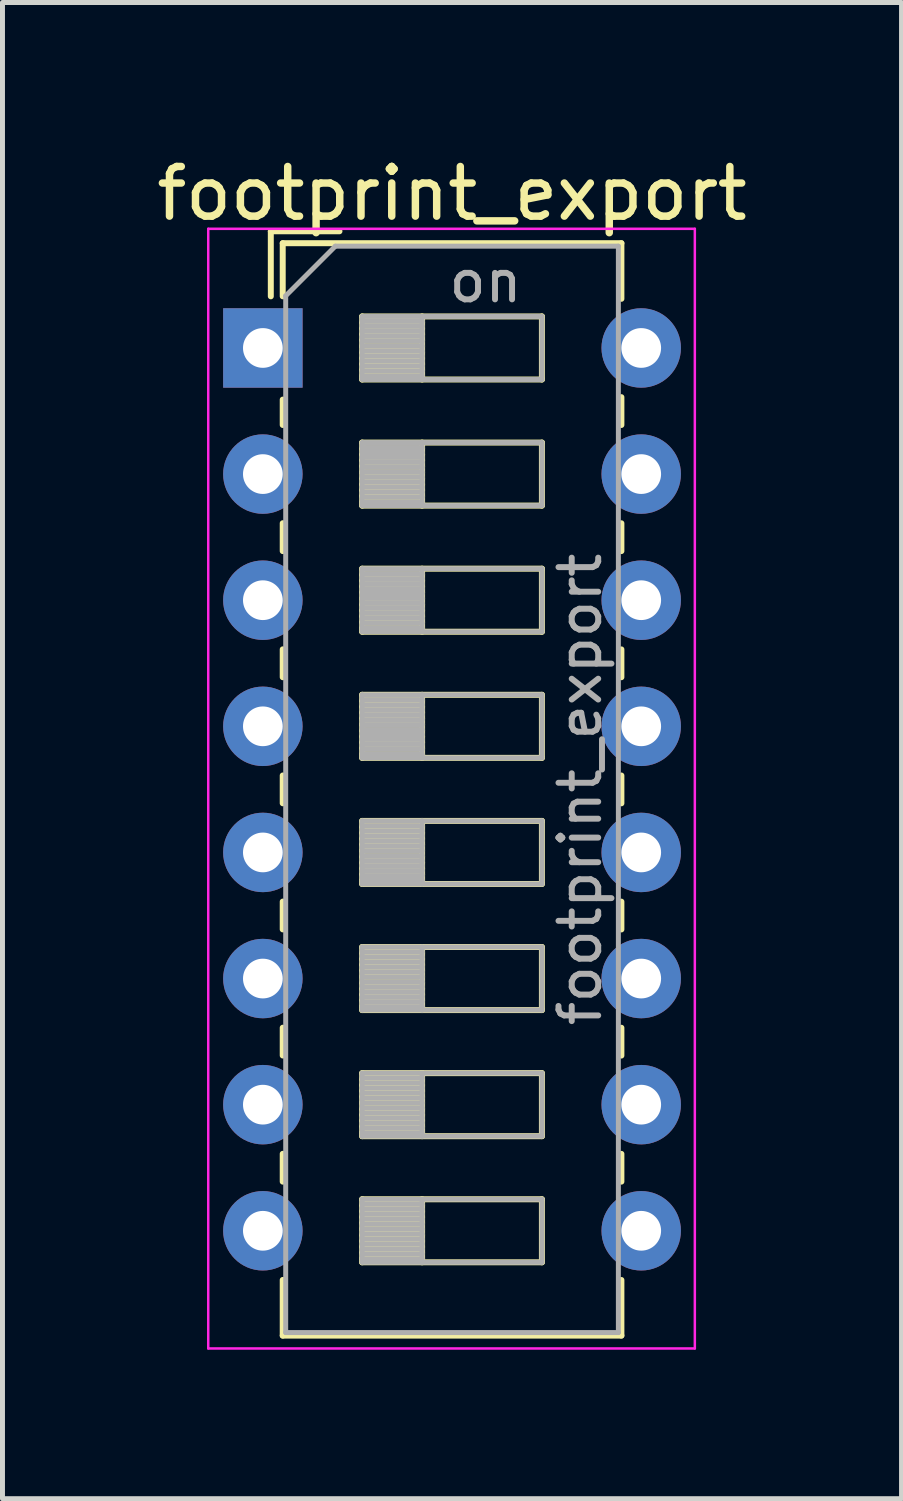
<source format=kicad_pcb>
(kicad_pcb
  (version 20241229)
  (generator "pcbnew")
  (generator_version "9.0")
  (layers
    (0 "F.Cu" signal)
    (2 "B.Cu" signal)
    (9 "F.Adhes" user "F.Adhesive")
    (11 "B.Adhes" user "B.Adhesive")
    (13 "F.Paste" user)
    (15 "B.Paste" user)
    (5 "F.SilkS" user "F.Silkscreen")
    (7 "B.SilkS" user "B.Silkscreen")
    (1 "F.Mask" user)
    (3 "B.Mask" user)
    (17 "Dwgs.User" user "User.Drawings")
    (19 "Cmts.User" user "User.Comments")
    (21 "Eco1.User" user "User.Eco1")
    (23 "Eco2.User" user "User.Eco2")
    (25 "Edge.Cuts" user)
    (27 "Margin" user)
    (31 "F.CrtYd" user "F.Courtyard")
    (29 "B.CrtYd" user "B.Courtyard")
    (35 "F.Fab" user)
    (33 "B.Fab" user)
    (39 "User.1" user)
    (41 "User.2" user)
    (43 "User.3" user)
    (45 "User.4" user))
  (footprint "footprint_export"
    (layer "F.Cu")
    (at 2.244 3.958)
    (property "Reference" "footprint_export" (at 3.81 -3.11 0) (layer "F.SilkS") (effects (font (size 1 1) (thickness 0.15))))
    (attr through_hole)
    (fp_line (start 0.16 -2.35) (end 0.16 -1.04) (stroke (width 0.12) (type solid)) (layer "F.SilkS"))
    (fp_line (start 0.16 -2.35) (end 1.543 -2.35) (stroke (width 0.12) (type solid)) (layer "F.SilkS"))
    (fp_line (start 0.4 -2.11) (end 0.4 -1.04) (stroke (width 0.12) (type solid)) (layer "F.SilkS"))
    (fp_line (start 0.4 -2.11) (end 7.221 -2.11) (stroke (width 0.12) (type solid)) (layer "F.SilkS"))
    (fp_line (start 0.4 1.04) (end 0.4 1.551) (stroke (width 0.12) (type solid)) (layer "F.SilkS"))
    (fp_line (start 0.4 3.53) (end 0.4 4.091) (stroke (width 0.12) (type solid)) (layer "F.SilkS"))
    (fp_line (start 0.4 6.07) (end 0.4 6.631) (stroke (width 0.12) (type solid)) (layer "F.SilkS"))
    (fp_line (start 0.4 8.61) (end 0.4 9.17) (stroke (width 0.12) (type solid)) (layer "F.SilkS"))
    (fp_line (start 0.4 11.15) (end 0.4 11.71) (stroke (width 0.12) (type solid)) (layer "F.SilkS"))
    (fp_line (start 0.4 13.69) (end 0.4 14.25) (stroke (width 0.12) (type solid)) (layer "F.SilkS"))
    (fp_line (start 0.4 16.23) (end 0.4 16.79) (stroke (width 0.12) (type solid)) (layer "F.SilkS"))
    (fp_line (start 0.4 18.77) (end 0.4 19.891) (stroke (width 0.12) (type solid)) (layer "F.SilkS"))
    (fp_line (start 0.4 19.891) (end 7.221 19.891) (stroke (width 0.12) (type solid)) (layer "F.SilkS"))
    (fp_line (start 2 -0.635) (end 2 0.635) (stroke (width 0.12) (type solid)) (layer "F.SilkS"))
    (fp_line (start 2 -0.515) (end 3.207 -0.515) (stroke (width 0.12) (type solid)) (layer "F.SilkS"))
    (fp_line (start 2 -0.395) (end 3.207 -0.395) (stroke (width 0.12) (type solid)) (layer "F.SilkS"))
    (fp_line (start 2 -0.275) (end 3.207 -0.275) (stroke (width 0.12) (type solid)) (layer "F.SilkS"))
    (fp_line (start 2 -0.155) (end 3.207 -0.155) (stroke (width 0.12) (type solid)) (layer "F.SilkS"))
    (fp_line (start 2 -0.035) (end 3.207 -0.035) (stroke (width 0.12) (type solid)) (layer "F.SilkS"))
    (fp_line (start 2 0.085) (end 3.207 0.085) (stroke (width 0.12) (type solid)) (layer "F.SilkS"))
    (fp_line (start 2 0.205) (end 3.207 0.205) (stroke (width 0.12) (type solid)) (layer "F.SilkS"))
    (fp_line (start 2 0.325) (end 3.207 0.325) (stroke (width 0.12) (type solid)) (layer "F.SilkS"))
    (fp_line (start 2 0.445) (end 3.207 0.445) (stroke (width 0.12) (type solid)) (layer "F.SilkS"))
    (fp_line (start 2 0.565) (end 3.207 0.565) (stroke (width 0.12) (type solid)) (layer "F.SilkS"))
    (fp_line (start 2 0.635) (end 5.62 0.635) (stroke (width 0.12) (type solid)) (layer "F.SilkS"))
    (fp_line (start 2 1.905) (end 2 3.175) (stroke (width 0.12) (type solid)) (layer "F.SilkS"))
    (fp_line (start 2 2.025) (end 3.207 2.025) (stroke (width 0.12) (type solid)) (layer "F.SilkS"))
    (fp_line (start 2 2.145) (end 3.207 2.145) (stroke (width 0.12) (type solid)) (layer "F.SilkS"))
    (fp_line (start 2 2.265) (end 3.207 2.265) (stroke (width 0.12) (type solid)) (layer "F.SilkS"))
    (fp_line (start 2 2.385) (end 3.207 2.385) (stroke (width 0.12) (type solid)) (layer "F.SilkS"))
    (fp_line (start 2 2.505) (end 3.207 2.505) (stroke (width 0.12) (type solid)) (layer "F.SilkS"))
    (fp_line (start 2 2.625) (end 3.207 2.625) (stroke (width 0.12) (type solid)) (layer "F.SilkS"))
    (fp_line (start 2 2.745) (end 3.207 2.745) (stroke (width 0.12) (type solid)) (layer "F.SilkS"))
    (fp_line (start 2 2.865) (end 3.207 2.865) (stroke (width 0.12) (type solid)) (layer "F.SilkS"))
    (fp_line (start 2 2.985) (end 3.207 2.985) (stroke (width 0.12) (type solid)) (layer "F.SilkS"))
    (fp_line (start 2 3.105) (end 3.207 3.105) (stroke (width 0.12) (type solid)) (layer "F.SilkS"))
    (fp_line (start 2 3.175) (end 5.62 3.175) (stroke (width 0.12) (type solid)) (layer "F.SilkS"))
    (fp_line (start 2 4.445) (end 2 5.715) (stroke (width 0.12) (type solid)) (layer "F.SilkS"))
    (fp_line (start 2 4.565) (end 3.207 4.565) (stroke (width 0.12) (type solid)) (layer "F.SilkS"))
    (fp_line (start 2 4.685) (end 3.207 4.685) (stroke (width 0.12) (type solid)) (layer "F.SilkS"))
    (fp_line (start 2 4.805) (end 3.207 4.805) (stroke (width 0.12) (type solid)) (layer "F.SilkS"))
    (fp_line (start 2 4.925) (end 3.207 4.925) (stroke (width 0.12) (type solid)) (layer "F.SilkS"))
    (fp_line (start 2 5.045) (end 3.207 5.045) (stroke (width 0.12) (type solid)) (layer "F.SilkS"))
    (fp_line (start 2 5.165) (end 3.207 5.165) (stroke (width 0.12) (type solid)) (layer "F.SilkS"))
    (fp_line (start 2 5.285) (end 3.207 5.285) (stroke (width 0.12) (type solid)) (layer "F.SilkS"))
    (fp_line (start 2 5.405) (end 3.207 5.405) (stroke (width 0.12) (type solid)) (layer "F.SilkS"))
    (fp_line (start 2 5.525) (end 3.207 5.525) (stroke (width 0.12) (type solid)) (layer "F.SilkS"))
    (fp_line (start 2 5.645) (end 3.207 5.645) (stroke (width 0.12) (type solid)) (layer "F.SilkS"))
    (fp_line (start 2 5.715) (end 5.62 5.715) (stroke (width 0.12) (type solid)) (layer "F.SilkS"))
    (fp_line (start 2 6.985) (end 2 8.255) (stroke (width 0.12) (type solid)) (layer "F.SilkS"))
    (fp_line (start 2 7.105) (end 3.207 7.105) (stroke (width 0.12) (type solid)) (layer "F.SilkS"))
    (fp_line (start 2 7.225) (end 3.207 7.225) (stroke (width 0.12) (type solid)) (layer "F.SilkS"))
    (fp_line (start 2 7.345) (end 3.207 7.345) (stroke (width 0.12) (type solid)) (layer "F.SilkS"))
    (fp_line (start 2 7.465) (end 3.207 7.465) (stroke (width 0.12) (type solid)) (layer "F.SilkS"))
    (fp_line (start 2 7.585) (end 3.207 7.585) (stroke (width 0.12) (type solid)) (layer "F.SilkS"))
    (fp_line (start 2 7.705) (end 3.207 7.705) (stroke (width 0.12) (type solid)) (layer "F.SilkS"))
    (fp_line (start 2 7.825) (end 3.207 7.825) (stroke (width 0.12) (type solid)) (layer "F.SilkS"))
    (fp_line (start 2 7.945) (end 3.207 7.945) (stroke (width 0.12) (type solid)) (layer "F.SilkS"))
    (fp_line (start 2 8.065) (end 3.207 8.065) (stroke (width 0.12) (type solid)) (layer "F.SilkS"))
    (fp_line (start 2 8.185) (end 3.207 8.185) (stroke (width 0.12) (type solid)) (layer "F.SilkS"))
    (fp_line (start 2 8.255) (end 5.62 8.255) (stroke (width 0.12) (type solid)) (layer "F.SilkS"))
    (fp_line (start 2 9.525) (end 2 10.795) (stroke (width 0.12) (type solid)) (layer "F.SilkS"))
    (fp_line (start 2 9.645) (end 3.207 9.645) (stroke (width 0.12) (type solid)) (layer "F.SilkS"))
    (fp_line (start 2 9.765) (end 3.207 9.765) (stroke (width 0.12) (type solid)) (layer "F.SilkS"))
    (fp_line (start 2 9.885) (end 3.207 9.885) (stroke (width 0.12) (type solid)) (layer "F.SilkS"))
    (fp_line (start 2 10.005) (end 3.207 10.005) (stroke (width 0.12) (type solid)) (layer "F.SilkS"))
    (fp_line (start 2 10.125) (end 3.207 10.125) (stroke (width 0.12) (type solid)) (layer "F.SilkS"))
    (fp_line (start 2 10.245) (end 3.207 10.245) (stroke (width 0.12) (type solid)) (layer "F.SilkS"))
    (fp_line (start 2 10.365) (end 3.207 10.365) (stroke (width 0.12) (type solid)) (layer "F.SilkS"))
    (fp_line (start 2 10.485) (end 3.207 10.485) (stroke (width 0.12) (type solid)) (layer "F.SilkS"))
    (fp_line (start 2 10.605) (end 3.207 10.605) (stroke (width 0.12) (type solid)) (layer "F.SilkS"))
    (fp_line (start 2 10.725) (end 3.207 10.725) (stroke (width 0.12) (type solid)) (layer "F.SilkS"))
    (fp_line (start 2 10.795) (end 5.62 10.795) (stroke (width 0.12) (type solid)) (layer "F.SilkS"))
    (fp_line (start 2 12.065) (end 2 13.335) (stroke (width 0.12) (type solid)) (layer "F.SilkS"))
    (fp_line (start 2 12.185) (end 3.207 12.185) (stroke (width 0.12) (type solid)) (layer "F.SilkS"))
    (fp_line (start 2 12.305) (end 3.207 12.305) (stroke (width 0.12) (type solid)) (layer "F.SilkS"))
    (fp_line (start 2 12.425) (end 3.207 12.425) (stroke (width 0.12) (type solid)) (layer "F.SilkS"))
    (fp_line (start 2 12.545) (end 3.207 12.545) (stroke (width 0.12) (type solid)) (layer "F.SilkS"))
    (fp_line (start 2 12.665) (end 3.207 12.665) (stroke (width 0.12) (type solid)) (layer "F.SilkS"))
    (fp_line (start 2 12.785) (end 3.207 12.785) (stroke (width 0.12) (type solid)) (layer "F.SilkS"))
    (fp_line (start 2 12.905) (end 3.207 12.905) (stroke (width 0.12) (type solid)) (layer "F.SilkS"))
    (fp_line (start 2 13.025) (end 3.207 13.025) (stroke (width 0.12) (type solid)) (layer "F.SilkS"))
    (fp_line (start 2 13.145) (end 3.207 13.145) (stroke (width 0.12) (type solid)) (layer "F.SilkS"))
    (fp_line (start 2 13.265) (end 3.207 13.265) (stroke (width 0.12) (type solid)) (layer "F.SilkS"))
    (fp_line (start 2 13.335) (end 5.62 13.335) (stroke (width 0.12) (type solid)) (layer "F.SilkS"))
    (fp_line (start 2 14.605) (end 2 15.875) (stroke (width 0.12) (type solid)) (layer "F.SilkS"))
    (fp_line (start 2 14.725) (end 3.207 14.725) (stroke (width 0.12) (type solid)) (layer "F.SilkS"))
    (fp_line (start 2 14.845) (end 3.207 14.845) (stroke (width 0.12) (type solid)) (layer "F.SilkS"))
    (fp_line (start 2 14.965) (end 3.207 14.965) (stroke (width 0.12) (type solid)) (layer "F.SilkS"))
    (fp_line (start 2 15.085) (end 3.207 15.085) (stroke (width 0.12) (type solid)) (layer "F.SilkS"))
    (fp_line (start 2 15.205) (end 3.207 15.205) (stroke (width 0.12) (type solid)) (layer "F.SilkS"))
    (fp_line (start 2 15.325) (end 3.207 15.325) (stroke (width 0.12) (type solid)) (layer "F.SilkS"))
    (fp_line (start 2 15.445) (end 3.207 15.445) (stroke (width 0.12) (type solid)) (layer "F.SilkS"))
    (fp_line (start 2 15.565) (end 3.207 15.565) (stroke (width 0.12) (type solid)) (layer "F.SilkS"))
    (fp_line (start 2 15.685) (end 3.207 15.685) (stroke (width 0.12) (type solid)) (layer "F.SilkS"))
    (fp_line (start 2 15.805) (end 3.207 15.805) (stroke (width 0.12) (type solid)) (layer "F.SilkS"))
    (fp_line (start 2 15.875) (end 5.62 15.875) (stroke (width 0.12) (type solid)) (layer "F.SilkS"))
    (fp_line (start 2 17.145) (end 2 18.415) (stroke (width 0.12) (type solid)) (layer "F.SilkS"))
    (fp_line (start 2 17.265) (end 3.207 17.265) (stroke (width 0.12) (type solid)) (layer "F.SilkS"))
    (fp_line (start 2 17.385) (end 3.207 17.385) (stroke (width 0.12) (type solid)) (layer "F.SilkS"))
    (fp_line (start 2 17.505) (end 3.207 17.505) (stroke (width 0.12) (type solid)) (layer "F.SilkS"))
    (fp_line (start 2 17.625) (end 3.207 17.625) (stroke (width 0.12) (type solid)) (layer "F.SilkS"))
    (fp_line (start 2 17.745) (end 3.207 17.745) (stroke (width 0.12) (type solid)) (layer "F.SilkS"))
    (fp_line (start 2 17.865) (end 3.207 17.865) (stroke (width 0.12) (type solid)) (layer "F.SilkS"))
    (fp_line (start 2 17.985) (end 3.207 17.985) (stroke (width 0.12) (type solid)) (layer "F.SilkS"))
    (fp_line (start 2 18.105) (end 3.207 18.105) (stroke (width 0.12) (type solid)) (layer "F.SilkS"))
    (fp_line (start 2 18.225) (end 3.207 18.225) (stroke (width 0.12) (type solid)) (layer "F.SilkS"))
    (fp_line (start 2 18.345) (end 3.207 18.345) (stroke (width 0.12) (type solid)) (layer "F.SilkS"))
    (fp_line (start 2 18.415) (end 5.62 18.415) (stroke (width 0.12) (type solid)) (layer "F.SilkS"))
    (fp_line (start 3.207 -0.635) (end 3.207 0.635) (stroke (width 0.12) (type solid)) (layer "F.SilkS"))
    (fp_line (start 3.207 1.905) (end 3.207 3.175) (stroke (width 0.12) (type solid)) (layer "F.SilkS"))
    (fp_line (start 3.207 4.445) (end 3.207 5.715) (stroke (width 0.12) (type solid)) (layer "F.SilkS"))
    (fp_line (start 3.207 6.985) (end 3.207 8.255) (stroke (width 0.12) (type solid)) (layer "F.SilkS"))
    (fp_line (start 3.207 9.525) (end 3.207 10.795) (stroke (width 0.12) (type solid)) (layer "F.SilkS"))
    (fp_line (start 3.207 12.065) (end 3.207 13.335) (stroke (width 0.12) (type solid)) (layer "F.SilkS"))
    (fp_line (start 3.207 14.605) (end 3.207 15.875) (stroke (width 0.12) (type solid)) (layer "F.SilkS"))
    (fp_line (start 3.207 17.145) (end 3.207 18.415) (stroke (width 0.12) (type solid)) (layer "F.SilkS"))
    (fp_line (start 5.62 -0.635) (end 2 -0.635) (stroke (width 0.12) (type solid)) (layer "F.SilkS"))
    (fp_line (start 5.62 0.635) (end 5.62 -0.635) (stroke (width 0.12) (type solid)) (layer "F.SilkS"))
    (fp_line (start 5.62 1.905) (end 2 1.905) (stroke (width 0.12) (type solid)) (layer "F.SilkS"))
    (fp_line (start 5.62 3.175) (end 5.62 1.905) (stroke (width 0.12) (type solid)) (layer "F.SilkS"))
    (fp_line (start 5.62 4.445) (end 2 4.445) (stroke (width 0.12) (type solid)) (layer "F.SilkS"))
    (fp_line (start 5.62 5.715) (end 5.62 4.445) (stroke (width 0.12) (type solid)) (layer "F.SilkS"))
    (fp_line (start 5.62 6.985) (end 2 6.985) (stroke (width 0.12) (type solid)) (layer "F.SilkS"))
    (fp_line (start 5.62 8.255) (end 5.62 6.985) (stroke (width 0.12) (type solid)) (layer "F.SilkS"))
    (fp_line (start 5.62 9.525) (end 2 9.525) (stroke (width 0.12) (type solid)) (layer "F.SilkS"))
    (fp_line (start 5.62 10.795) (end 5.62 9.525) (stroke (width 0.12) (type solid)) (layer "F.SilkS"))
    (fp_line (start 5.62 12.065) (end 2 12.065) (stroke (width 0.12) (type solid)) (layer "F.SilkS"))
    (fp_line (start 5.62 13.335) (end 5.62 12.065) (stroke (width 0.12) (type solid)) (layer "F.SilkS"))
    (fp_line (start 5.62 14.605) (end 2 14.605) (stroke (width 0.12) (type solid)) (layer "F.SilkS"))
    (fp_line (start 5.62 15.875) (end 5.62 14.605) (stroke (width 0.12) (type solid)) (layer "F.SilkS"))
    (fp_line (start 5.62 17.145) (end 2 17.145) (stroke (width 0.12) (type solid)) (layer "F.SilkS"))
    (fp_line (start 5.62 18.415) (end 5.62 17.145) (stroke (width 0.12) (type solid)) (layer "F.SilkS"))
    (fp_line (start 7.221 -2.11) (end 7.221 -0.99) (stroke (width 0.12) (type solid)) (layer "F.SilkS"))
    (fp_line (start 7.221 0.991) (end 7.221 1.551) (stroke (width 0.12) (type solid)) (layer "F.SilkS"))
    (fp_line (start 7.221 3.531) (end 7.221 4.091) (stroke (width 0.12) (type solid)) (layer "F.SilkS"))
    (fp_line (start 7.221 6.071) (end 7.221 6.631) (stroke (width 0.12) (type solid)) (layer "F.SilkS"))
    (fp_line (start 7.221 8.611) (end 7.221 9.171) (stroke (width 0.12) (type solid)) (layer "F.SilkS"))
    (fp_line (start 7.221 11.151) (end 7.221 11.711) (stroke (width 0.12) (type solid)) (layer "F.SilkS"))
    (fp_line (start 7.221 13.691) (end 7.221 14.251) (stroke (width 0.12) (type solid)) (layer "F.SilkS"))
    (fp_line (start 7.221 16.231) (end 7.221 16.79) (stroke (width 0.12) (type solid)) (layer "F.SilkS"))
    (fp_line (start 7.221 18.771) (end 7.221 19.891) (stroke (width 0.12) (type solid)) (layer "F.SilkS"))
    (fp_line (start -1.1 -2.4) (end -1.1 20.15) (stroke (width 0.05) (type solid)) (layer "F.CrtYd"))
    (fp_line (start -1.1 20.15) (end 8.7 20.15) (stroke (width 0.05) (type solid)) (layer "F.CrtYd"))
    (fp_line (start 8.7 -2.4) (end -1.1 -2.4) (stroke (width 0.05) (type solid)) (layer "F.CrtYd"))
    (fp_line (start 8.7 20.15) (end 8.7 -2.4) (stroke (width 0.05) (type solid)) (layer "F.CrtYd"))
    (fp_line (start 0.46 -1.05) (end 1.46 -2.05) (stroke (width 0.1) (type solid)) (layer "F.Fab"))
    (fp_line (start 0.46 19.83) (end 0.46 -1.05) (stroke (width 0.1) (type solid)) (layer "F.Fab"))
    (fp_line (start 1.46 -2.05) (end 7.16 -2.05) (stroke (width 0.1) (type solid)) (layer "F.Fab"))
    (fp_line (start 2 -0.635) (end 2 0.635) (stroke (width 0.1) (type solid)) (layer "F.Fab"))
    (fp_line (start 2 -0.535) (end 3.207 -0.535) (stroke (width 0.1) (type solid)) (layer "F.Fab"))
    (fp_line (start 2 -0.435) (end 3.207 -0.435) (stroke (width 0.1) (type solid)) (layer "F.Fab"))
    (fp_line (start 2 -0.335) (end 3.207 -0.335) (stroke (width 0.1) (type solid)) (layer "F.Fab"))
    (fp_line (start 2 -0.235) (end 3.207 -0.235) (stroke (width 0.1) (type solid)) (layer "F.Fab"))
    (fp_line (start 2 -0.135) (end 3.207 -0.135) (stroke (width 0.1) (type solid)) (layer "F.Fab"))
    (fp_line (start 2 -0.035) (end 3.207 -0.035) (stroke (width 0.1) (type solid)) (layer "F.Fab"))
    (fp_line (start 2 0.065) (end 3.207 0.065) (stroke (width 0.1) (type solid)) (layer "F.Fab"))
    (fp_line (start 2 0.165) (end 3.207 0.165) (stroke (width 0.1) (type solid)) (layer "F.Fab"))
    (fp_line (start 2 0.265) (end 3.207 0.265) (stroke (width 0.1) (type solid)) (layer "F.Fab"))
    (fp_line (start 2 0.365) (end 3.207 0.365) (stroke (width 0.1) (type solid)) (layer "F.Fab"))
    (fp_line (start 2 0.465) (end 3.207 0.465) (stroke (width 0.1) (type solid)) (layer "F.Fab"))
    (fp_line (start 2 0.565) (end 3.207 0.565) (stroke (width 0.1) (type solid)) (layer "F.Fab"))
    (fp_line (start 2 0.635) (end 5.62 0.635) (stroke (width 0.1) (type solid)) (layer "F.Fab"))
    (fp_line (start 2 1.905) (end 2 3.175) (stroke (width 0.1) (type solid)) (layer "F.Fab"))
    (fp_line (start 2 2.005) (end 3.207 2.005) (stroke (width 0.1) (type solid)) (layer "F.Fab"))
    (fp_line (start 2 2.105) (end 3.207 2.105) (stroke (width 0.1) (type solid)) (layer "F.Fab"))
    (fp_line (start 2 2.205) (end 3.207 2.205) (stroke (width 0.1) (type solid)) (layer "F.Fab"))
    (fp_line (start 2 2.305) (end 3.207 2.305) (stroke (width 0.1) (type solid)) (layer "F.Fab"))
    (fp_line (start 2 2.405) (end 3.207 2.405) (stroke (width 0.1) (type solid)) (layer "F.Fab"))
    (fp_line (start 2 2.505) (end 3.207 2.505) (stroke (width 0.1) (type solid)) (layer "F.Fab"))
    (fp_line (start 2 2.605) (end 3.207 2.605) (stroke (width 0.1) (type solid)) (layer "F.Fab"))
    (fp_line (start 2 2.705) (end 3.207 2.705) (stroke (width 0.1) (type solid)) (layer "F.Fab"))
    (fp_line (start 2 2.805) (end 3.207 2.805) (stroke (width 0.1) (type solid)) (layer "F.Fab"))
    (fp_line (start 2 2.905) (end 3.207 2.905) (stroke (width 0.1) (type solid)) (layer "F.Fab"))
    (fp_line (start 2 3.005) (end 3.207 3.005) (stroke (width 0.1) (type solid)) (layer "F.Fab"))
    (fp_line (start 2 3.105) (end 3.207 3.105) (stroke (width 0.1) (type solid)) (layer "F.Fab"))
    (fp_line (start 2 3.175) (end 5.62 3.175) (stroke (width 0.1) (type solid)) (layer "F.Fab"))
    (fp_line (start 2 4.445) (end 2 5.715) (stroke (width 0.1) (type solid)) (layer "F.Fab"))
    (fp_line (start 2 4.545) (end 3.207 4.545) (stroke (width 0.1) (type solid)) (layer "F.Fab"))
    (fp_line (start 2 4.645) (end 3.207 4.645) (stroke (width 0.1) (type solid)) (layer "F.Fab"))
    (fp_line (start 2 4.745) (end 3.207 4.745) (stroke (width 0.1) (type solid)) (layer "F.Fab"))
    (fp_line (start 2 4.845) (end 3.207 4.845) (stroke (width 0.1) (type solid)) (layer "F.Fab"))
    (fp_line (start 2 4.945) (end 3.207 4.945) (stroke (width 0.1) (type solid)) (layer "F.Fab"))
    (fp_line (start 2 5.045) (end 3.207 5.045) (stroke (width 0.1) (type solid)) (layer "F.Fab"))
    (fp_line (start 2 5.145) (end 3.207 5.145) (stroke (width 0.1) (type solid)) (layer "F.Fab"))
    (fp_line (start 2 5.245) (end 3.207 5.245) (stroke (width 0.1) (type solid)) (layer "F.Fab"))
    (fp_line (start 2 5.345) (end 3.207 5.345) (stroke (width 0.1) (type solid)) (layer "F.Fab"))
    (fp_line (start 2 5.445) (end 3.207 5.445) (stroke (width 0.1) (type solid)) (layer "F.Fab"))
    (fp_line (start 2 5.545) (end 3.207 5.545) (stroke (width 0.1) (type solid)) (layer "F.Fab"))
    (fp_line (start 2 5.645) (end 3.207 5.645) (stroke (width 0.1) (type solid)) (layer "F.Fab"))
    (fp_line (start 2 5.715) (end 5.62 5.715) (stroke (width 0.1) (type solid)) (layer "F.Fab"))
    (fp_line (start 2 6.985) (end 2 8.255) (stroke (width 0.1) (type solid)) (layer "F.Fab"))
    (fp_line (start 2 7.085) (end 3.207 7.085) (stroke (width 0.1) (type solid)) (layer "F.Fab"))
    (fp_line (start 2 7.185) (end 3.207 7.185) (stroke (width 0.1) (type solid)) (layer "F.Fab"))
    (fp_line (start 2 7.285) (end 3.207 7.285) (stroke (width 0.1) (type solid)) (layer "F.Fab"))
    (fp_line (start 2 7.385) (end 3.207 7.385) (stroke (width 0.1) (type solid)) (layer "F.Fab"))
    (fp_line (start 2 7.485) (end 3.207 7.485) (stroke (width 0.1) (type solid)) (layer "F.Fab"))
    (fp_line (start 2 7.585) (end 3.207 7.585) (stroke (width 0.1) (type solid)) (layer "F.Fab"))
    (fp_line (start 2 7.685) (end 3.207 7.685) (stroke (width 0.1) (type solid)) (layer "F.Fab"))
    (fp_line (start 2 7.785) (end 3.207 7.785) (stroke (width 0.1) (type solid)) (layer "F.Fab"))
    (fp_line (start 2 7.885) (end 3.207 7.885) (stroke (width 0.1) (type solid)) (layer "F.Fab"))
    (fp_line (start 2 7.985) (end 3.207 7.985) (stroke (width 0.1) (type solid)) (layer "F.Fab"))
    (fp_line (start 2 8.085) (end 3.207 8.085) (stroke (width 0.1) (type solid)) (layer "F.Fab"))
    (fp_line (start 2 8.185) (end 3.207 8.185) (stroke (width 0.1) (type solid)) (layer "F.Fab"))
    (fp_line (start 2 8.255) (end 5.62 8.255) (stroke (width 0.1) (type solid)) (layer "F.Fab"))
    (fp_line (start 2 9.525) (end 2 10.795) (stroke (width 0.1) (type solid)) (layer "F.Fab"))
    (fp_line (start 2 9.625) (end 3.207 9.625) (stroke (width 0.1) (type solid)) (layer "F.Fab"))
    (fp_line (start 2 9.725) (end 3.207 9.725) (stroke (width 0.1) (type solid)) (layer "F.Fab"))
    (fp_line (start 2 9.825) (end 3.207 9.825) (stroke (width 0.1) (type solid)) (layer "F.Fab"))
    (fp_line (start 2 9.925) (end 3.207 9.925) (stroke (width 0.1) (type solid)) (layer "F.Fab"))
    (fp_line (start 2 10.025) (end 3.207 10.025) (stroke (width 0.1) (type solid)) (layer "F.Fab"))
    (fp_line (start 2 10.125) (end 3.207 10.125) (stroke (width 0.1) (type solid)) (layer "F.Fab"))
    (fp_line (start 2 10.225) (end 3.207 10.225) (stroke (width 0.1) (type solid)) (layer "F.Fab"))
    (fp_line (start 2 10.325) (end 3.207 10.325) (stroke (width 0.1) (type solid)) (layer "F.Fab"))
    (fp_line (start 2 10.425) (end 3.207 10.425) (stroke (width 0.1) (type solid)) (layer "F.Fab"))
    (fp_line (start 2 10.525) (end 3.207 10.525) (stroke (width 0.1) (type solid)) (layer "F.Fab"))
    (fp_line (start 2 10.625) (end 3.207 10.625) (stroke (width 0.1) (type solid)) (layer "F.Fab"))
    (fp_line (start 2 10.725) (end 3.207 10.725) (stroke (width 0.1) (type solid)) (layer "F.Fab"))
    (fp_line (start 2 10.795) (end 5.62 10.795) (stroke (width 0.1) (type solid)) (layer "F.Fab"))
    (fp_line (start 2 12.065) (end 2 13.335) (stroke (width 0.1) (type solid)) (layer "F.Fab"))
    (fp_line (start 2 12.165) (end 3.207 12.165) (stroke (width 0.1) (type solid)) (layer "F.Fab"))
    (fp_line (start 2 12.265) (end 3.207 12.265) (stroke (width 0.1) (type solid)) (layer "F.Fab"))
    (fp_line (start 2 12.365) (end 3.207 12.365) (stroke (width 0.1) (type solid)) (layer "F.Fab"))
    (fp_line (start 2 12.465) (end 3.207 12.465) (stroke (width 0.1) (type solid)) (layer "F.Fab"))
    (fp_line (start 2 12.565) (end 3.207 12.565) (stroke (width 0.1) (type solid)) (layer "F.Fab"))
    (fp_line (start 2 12.665) (end 3.207 12.665) (stroke (width 0.1) (type solid)) (layer "F.Fab"))
    (fp_line (start 2 12.765) (end 3.207 12.765) (stroke (width 0.1) (type solid)) (layer "F.Fab"))
    (fp_line (start 2 12.865) (end 3.207 12.865) (stroke (width 0.1) (type solid)) (layer "F.Fab"))
    (fp_line (start 2 12.965) (end 3.207 12.965) (stroke (width 0.1) (type solid)) (layer "F.Fab"))
    (fp_line (start 2 13.065) (end 3.207 13.065) (stroke (width 0.1) (type solid)) (layer "F.Fab"))
    (fp_line (start 2 13.165) (end 3.207 13.165) (stroke (width 0.1) (type solid)) (layer "F.Fab"))
    (fp_line (start 2 13.265) (end 3.207 13.265) (stroke (width 0.1) (type solid)) (layer "F.Fab"))
    (fp_line (start 2 13.335) (end 5.62 13.335) (stroke (width 0.1) (type solid)) (layer "F.Fab"))
    (fp_line (start 2 14.605) (end 2 15.875) (stroke (width 0.1) (type solid)) (layer "F.Fab"))
    (fp_line (start 2 14.705) (end 3.207 14.705) (stroke (width 0.1) (type solid)) (layer "F.Fab"))
    (fp_line (start 2 14.805) (end 3.207 14.805) (stroke (width 0.1) (type solid)) (layer "F.Fab"))
    (fp_line (start 2 14.905) (end 3.207 14.905) (stroke (width 0.1) (type solid)) (layer "F.Fab"))
    (fp_line (start 2 15.005) (end 3.207 15.005) (stroke (width 0.1) (type solid)) (layer "F.Fab"))
    (fp_line (start 2 15.105) (end 3.207 15.105) (stroke (width 0.1) (type solid)) (layer "F.Fab"))
    (fp_line (start 2 15.205) (end 3.207 15.205) (stroke (width 0.1) (type solid)) (layer "F.Fab"))
    (fp_line (start 2 15.305) (end 3.207 15.305) (stroke (width 0.1) (type solid)) (layer "F.Fab"))
    (fp_line (start 2 15.405) (end 3.207 15.405) (stroke (width 0.1) (type solid)) (layer "F.Fab"))
    (fp_line (start 2 15.505) (end 3.207 15.505) (stroke (width 0.1) (type solid)) (layer "F.Fab"))
    (fp_line (start 2 15.605) (end 3.207 15.605) (stroke (width 0.1) (type solid)) (layer "F.Fab"))
    (fp_line (start 2 15.705) (end 3.207 15.705) (stroke (width 0.1) (type solid)) (layer "F.Fab"))
    (fp_line (start 2 15.805) (end 3.207 15.805) (stroke (width 0.1) (type solid)) (layer "F.Fab"))
    (fp_line (start 2 15.875) (end 5.62 15.875) (stroke (width 0.1) (type solid)) (layer "F.Fab"))
    (fp_line (start 2 17.145) (end 2 18.415) (stroke (width 0.1) (type solid)) (layer "F.Fab"))
    (fp_line (start 2 17.245) (end 3.207 17.245) (stroke (width 0.1) (type solid)) (layer "F.Fab"))
    (fp_line (start 2 17.345) (end 3.207 17.345) (stroke (width 0.1) (type solid)) (layer "F.Fab"))
    (fp_line (start 2 17.445) (end 3.207 17.445) (stroke (width 0.1) (type solid)) (layer "F.Fab"))
    (fp_line (start 2 17.545) (end 3.207 17.545) (stroke (width 0.1) (type solid)) (layer "F.Fab"))
    (fp_line (start 2 17.645) (end 3.207 17.645) (stroke (width 0.1) (type solid)) (layer "F.Fab"))
    (fp_line (start 2 17.745) (end 3.207 17.745) (stroke (width 0.1) (type solid)) (layer "F.Fab"))
    (fp_line (start 2 17.845) (end 3.207 17.845) (stroke (width 0.1) (type solid)) (layer "F.Fab"))
    (fp_line (start 2 17.945) (end 3.207 17.945) (stroke (width 0.1) (type solid)) (layer "F.Fab"))
    (fp_line (start 2 18.045) (end 3.207 18.045) (stroke (width 0.1) (type solid)) (layer "F.Fab"))
    (fp_line (start 2 18.145) (end 3.207 18.145) (stroke (width 0.1) (type solid)) (layer "F.Fab"))
    (fp_line (start 2 18.245) (end 3.207 18.245) (stroke (width 0.1) (type solid)) (layer "F.Fab"))
    (fp_line (start 2 18.345) (end 3.207 18.345) (stroke (width 0.1) (type solid)) (layer "F.Fab"))
    (fp_line (start 2 18.415) (end 5.62 18.415) (stroke (width 0.1) (type solid)) (layer "F.Fab"))
    (fp_line (start 3.207 -0.635) (end 3.207 0.635) (stroke (width 0.1) (type solid)) (layer "F.Fab"))
    (fp_line (start 3.207 1.905) (end 3.207 3.175) (stroke (width 0.1) (type solid)) (layer "F.Fab"))
    (fp_line (start 3.207 4.445) (end 3.207 5.715) (stroke (width 0.1) (type solid)) (layer "F.Fab"))
    (fp_line (start 3.207 6.985) (end 3.207 8.255) (stroke (width 0.1) (type solid)) (layer "F.Fab"))
    (fp_line (start 3.207 9.525) (end 3.207 10.795) (stroke (width 0.1) (type solid)) (layer "F.Fab"))
    (fp_line (start 3.207 12.065) (end 3.207 13.335) (stroke (width 0.1) (type solid)) (layer "F.Fab"))
    (fp_line (start 3.207 14.605) (end 3.207 15.875) (stroke (width 0.1) (type solid)) (layer "F.Fab"))
    (fp_line (start 3.207 17.145) (end 3.207 18.415) (stroke (width 0.1) (type solid)) (layer "F.Fab"))
    (fp_line (start 5.62 -0.635) (end 2 -0.635) (stroke (width 0.1) (type solid)) (layer "F.Fab"))
    (fp_line (start 5.62 0.635) (end 5.62 -0.635) (stroke (width 0.1) (type solid)) (layer "F.Fab"))
    (fp_line (start 5.62 1.905) (end 2 1.905) (stroke (width 0.1) (type solid)) (layer "F.Fab"))
    (fp_line (start 5.62 3.175) (end 5.62 1.905) (stroke (width 0.1) (type solid)) (layer "F.Fab"))
    (fp_line (start 5.62 4.445) (end 2 4.445) (stroke (width 0.1) (type solid)) (layer "F.Fab"))
    (fp_line (start 5.62 5.715) (end 5.62 4.445) (stroke (width 0.1) (type solid)) (layer "F.Fab"))
    (fp_line (start 5.62 6.985) (end 2 6.985) (stroke (width 0.1) (type solid)) (layer "F.Fab"))
    (fp_line (start 5.62 8.255) (end 5.62 6.985) (stroke (width 0.1) (type solid)) (layer "F.Fab"))
    (fp_line (start 5.62 9.525) (end 2 9.525) (stroke (width 0.1) (type solid)) (layer "F.Fab"))
    (fp_line (start 5.62 10.795) (end 5.62 9.525) (stroke (width 0.1) (type solid)) (layer "F.Fab"))
    (fp_line (start 5.62 12.065) (end 2 12.065) (stroke (width 0.1) (type solid)) (layer "F.Fab"))
    (fp_line (start 5.62 13.335) (end 5.62 12.065) (stroke (width 0.1) (type solid)) (layer "F.Fab"))
    (fp_line (start 5.62 14.605) (end 2 14.605) (stroke (width 0.1) (type solid)) (layer "F.Fab"))
    (fp_line (start 5.62 15.875) (end 5.62 14.605) (stroke (width 0.1) (type solid)) (layer "F.Fab"))
    (fp_line (start 5.62 17.145) (end 2 17.145) (stroke (width 0.1) (type solid)) (layer "F.Fab"))
    (fp_line (start 5.62 18.415) (end 5.62 17.145) (stroke (width 0.1) (type solid)) (layer "F.Fab"))
    (fp_line (start 7.16 -2.05) (end 7.16 19.83) (stroke (width 0.1) (type solid)) (layer "F.Fab"))
    (fp_line (start 7.16 19.83) (end 0.46 19.83) (stroke (width 0.1) (type solid)) (layer "F.Fab"))
    (fp_text user "on" (at 4.485 -1.343 0) (layer "F.Fab") (effects (font (size 0.8 0.8) (thickness 0.12))))
    (fp_text user "${REFERENCE}" (at 6.39 8.89 90) (layer "F.Fab") (effects (font (size 0.8 0.8) (thickness 0.12))))
    (pad "1" thru_hole rect (at 0 0) (size 1.6 1.6) (drill 0.8) (layers "*.Cu" "*.Mask"))
    (pad "2" thru_hole oval (at 0 2.54) (size 1.6 1.6) (drill 0.8) (layers "*.Cu" "*.Mask"))
    (pad "3" thru_hole oval (at 0 5.08) (size 1.6 1.6) (drill 0.8) (layers "*.Cu" "*.Mask"))
    (pad "4" thru_hole oval (at 0 7.62) (size 1.6 1.6) (drill 0.8) (layers "*.Cu" "*.Mask"))
    (pad "5" thru_hole oval (at 0 10.16) (size 1.6 1.6) (drill 0.8) (layers "*.Cu" "*.Mask"))
    (pad "6" thru_hole oval (at 0 12.7) (size 1.6 1.6) (drill 0.8) (layers "*.Cu" "*.Mask"))
    (pad "7" thru_hole oval (at 0 15.24) (size 1.6 1.6) (drill 0.8) (layers "*.Cu" "*.Mask"))
    (pad "8" thru_hole oval (at 0 17.78) (size 1.6 1.6) (drill 0.8) (layers "*.Cu" "*.Mask"))
    (pad "9" thru_hole oval (at 7.62 17.78) (size 1.6 1.6) (drill 0.8) (layers "*.Cu" "*.Mask"))
    (pad "10" thru_hole oval (at 7.62 15.24) (size 1.6 1.6) (drill 0.8) (layers "*.Cu" "*.Mask"))
    (pad "11" thru_hole oval (at 7.62 12.7) (size 1.6 1.6) (drill 0.8) (layers "*.Cu" "*.Mask"))
    (pad "12" thru_hole oval (at 7.62 10.16) (size 1.6 1.6) (drill 0.8) (layers "*.Cu" "*.Mask"))
    (pad "13" thru_hole oval (at 7.62 7.62) (size 1.6 1.6) (drill 0.8) (layers "*.Cu" "*.Mask"))
    (pad "14" thru_hole oval (at 7.62 5.08) (size 1.6 1.6) (drill 0.8) (layers "*.Cu" "*.Mask"))
    (pad "15" thru_hole oval (at 7.62 2.54) (size 1.6 1.6) (drill 0.8) (layers "*.Cu" "*.Mask"))
    (pad "16" thru_hole oval (at 7.62 0) (size 1.6 1.6) (drill 0.8) (layers "*.Cu" "*.Mask")))
  (gr_rect
    (start -3 -3)
    (end 15.107 27.133)
    (stroke (width 0.1) (type default))
    (fill no)
    (layer "Edge.Cuts")))
</source>
